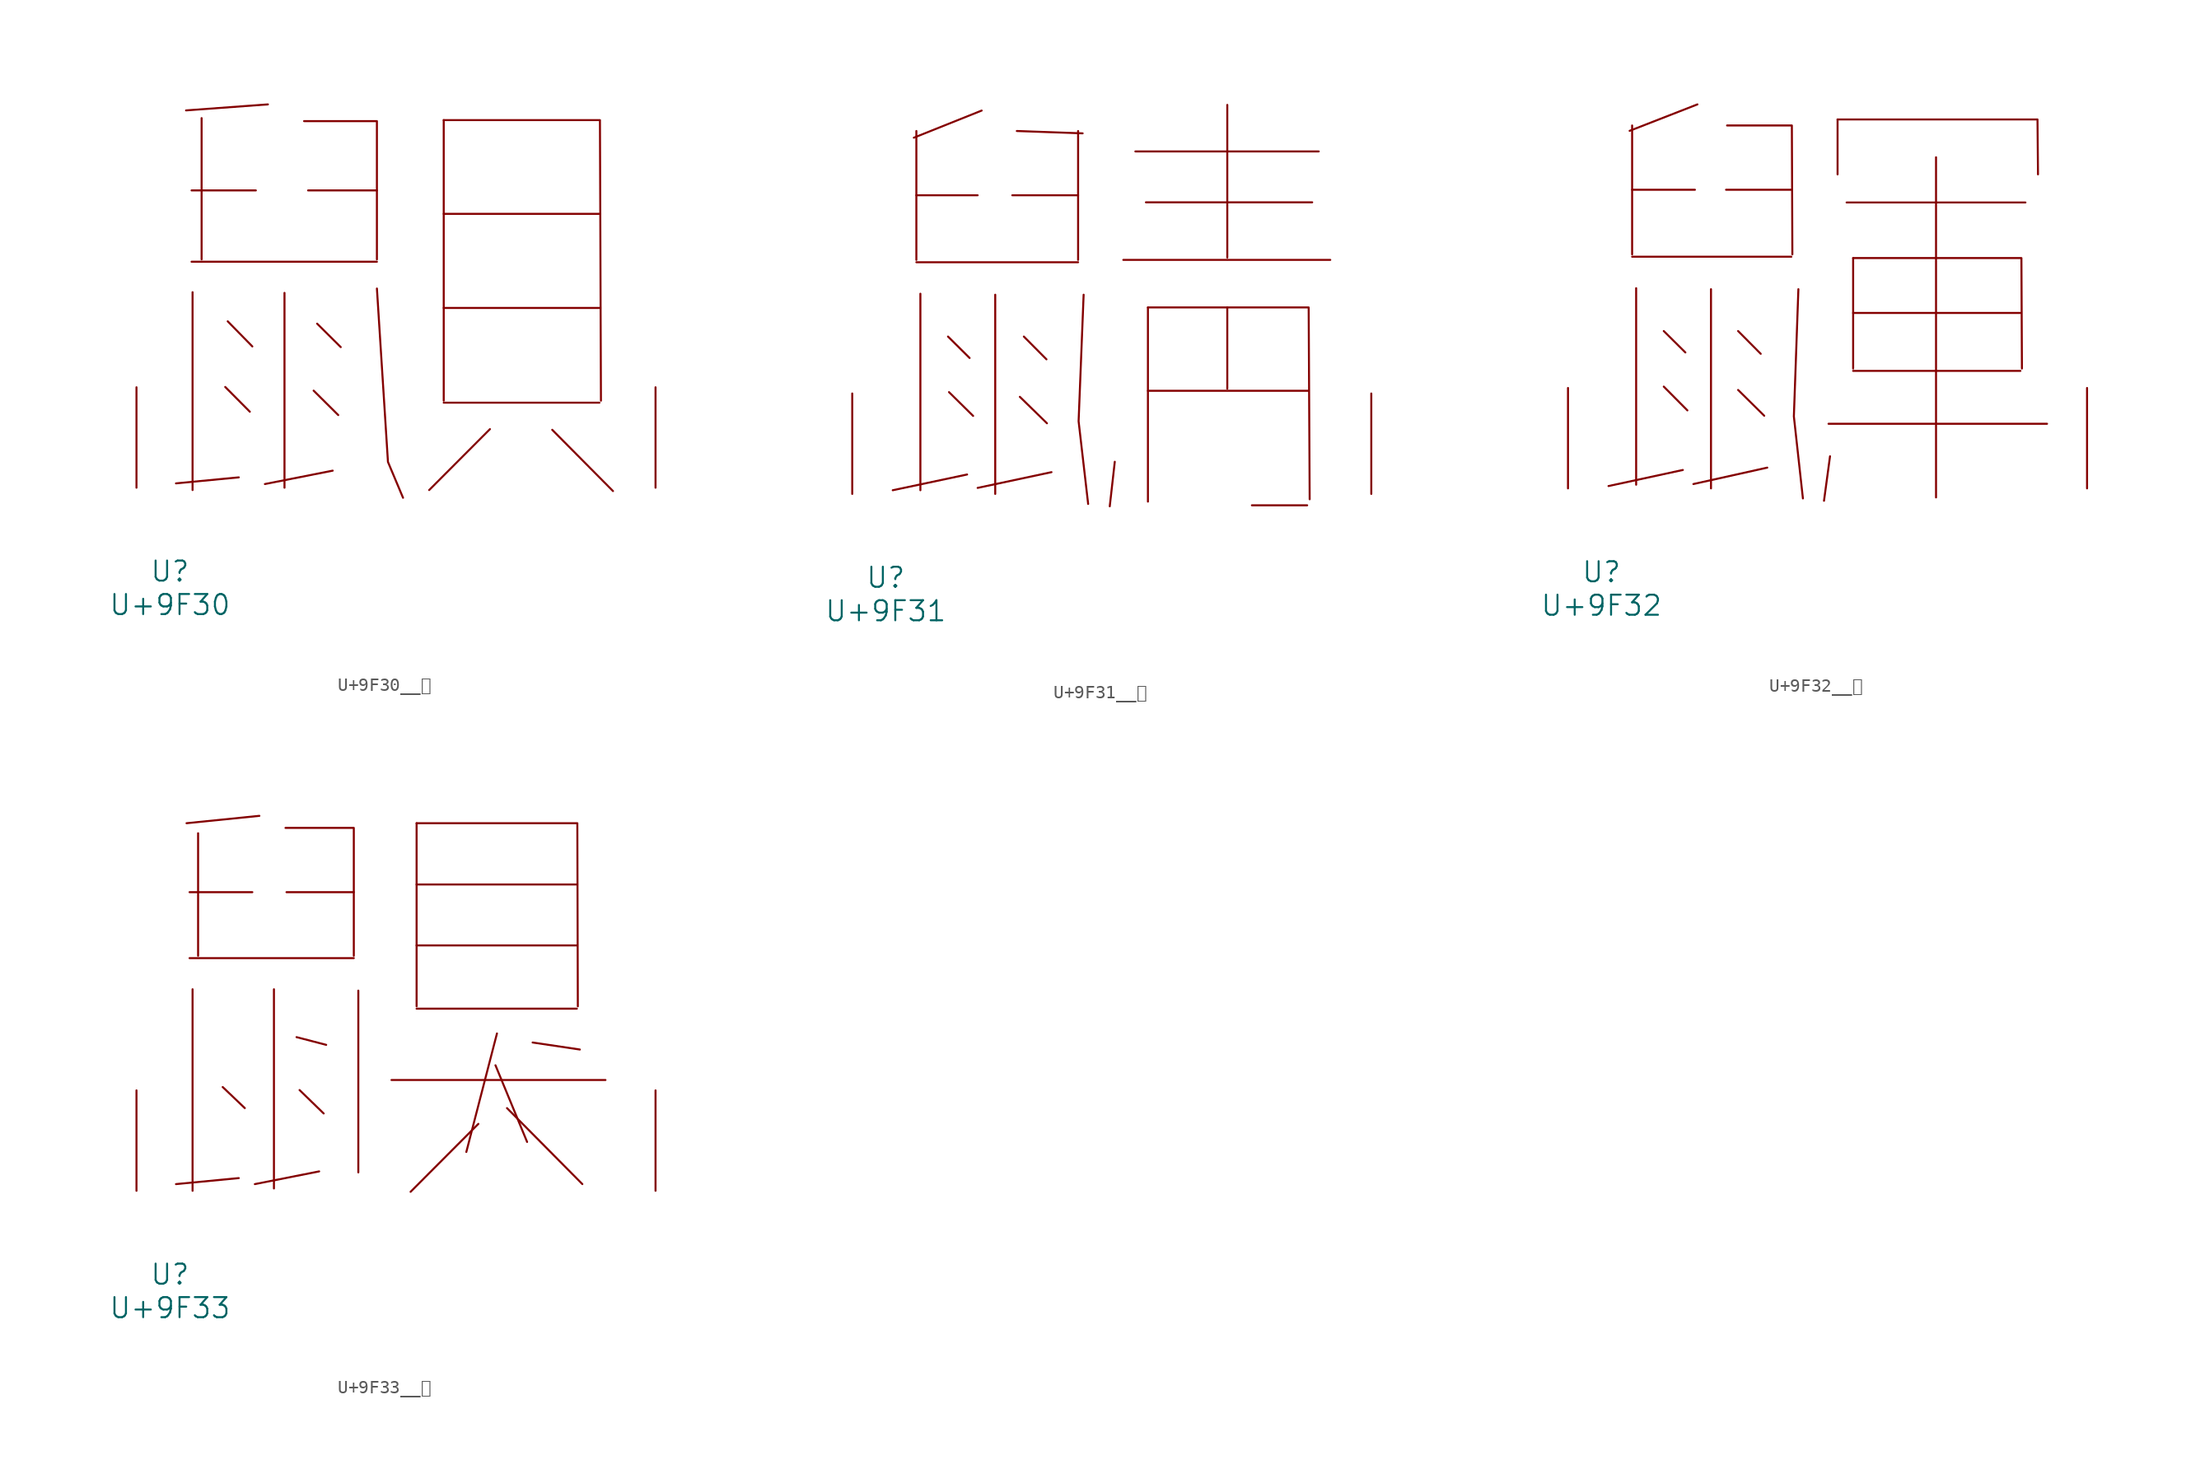
<source format=kicad_sym>
(kicad_symbol_lib
  (version 20231120)
  (generator "kicad_symbol_editor")
  (generator_version "8.0")
  (symbol "U+9F30__鼰"
    (pin_names
      (offset 1.016))
    (property "Reference" "U"
      (at 0 -6.35 0)
      (effects (font (size 1.524 1.524))))
    (property "Value" "U+9F30"
      (at 0 -8.89 0)
      (effects (font (size 1.524 1.524))))
    (symbol "U+9F30__鼰_0_1"
      (polyline (pts (xy 1.638 17.145) (xy 15.697 17.145)) (stroke (width 0) (type solid)) (fill (type none)))
      (polyline (pts (xy 1.638 22.555) (xy 6.515 22.555)) (stroke (width 0) (type solid)) (fill (type none)))
      (polyline (pts (xy 1.714 14.834) (xy 1.714 -0.178)) (stroke (width 0) (type solid)) (fill (type none)))
      (polyline (pts (xy 2.4 28.042) (xy 2.4 17.323)) (stroke (width 0) (type solid)) (fill (type none)))
      (polyline (pts (xy 4.191 7.645) (xy 6.058 5.766)) (stroke (width 0) (type solid)) (fill (type none)))
      (polyline (pts (xy 4.381 12.624) (xy 6.248 10.719)) (stroke (width 0) (type solid)) (fill (type none)))
      (polyline (pts (xy 5.22 0.787) (xy 0.457 0.33)) (stroke (width 0) (type solid)) (fill (type none)))
      (polyline (pts (xy 7.429 29.083) (xy 1.219 28.626)) (stroke (width 0) (type solid)) (fill (type none)))
      (polyline (pts (xy 8.687 14.783) (xy 8.687 0)) (stroke (width 0) (type solid)) (fill (type none)))
      (polyline (pts (xy 10.477 22.555) (xy 15.697 22.555)) (stroke (width 0) (type solid)) (fill (type none)))
      (polyline (pts (xy 10.897 7.366) (xy 12.764 5.512)) (stroke (width 0) (type solid)) (fill (type none)))
      (polyline (pts (xy 11.163 12.446) (xy 12.954 10.668)) (stroke (width 0) (type solid)) (fill (type none)))
      (polyline (pts (xy 12.344 1.295) (xy 7.201 0.279)) (stroke (width 0) (type solid)) (fill (type none)))
      (polyline (pts (xy 20.765 6.452) (xy 32.575 6.452)) (stroke (width 0) (type solid)) (fill (type none)))
      (polyline (pts (xy 20.765 13.64) (xy 32.575 13.64)) (stroke (width 0) (type solid)) (fill (type none)))
      (polyline (pts (xy 20.765 20.777) (xy 32.575 20.777)) (stroke (width 0) (type solid)) (fill (type none)))
      (polyline (pts (xy 20.765 27.889) (xy 20.765 6.604)) (stroke (width 0) (type solid)) (fill (type none)))
      (polyline (pts (xy 24.27 4.445) (xy 19.66 -0.178)) (stroke (width 0) (type solid)) (fill (type none)))
      (polyline (pts (xy 28.994 4.394) (xy 33.604 -0.254)) (stroke (width 0) (type solid)) (fill (type none)))
      (polyline (pts (xy 10.173 27.813) (xy 15.697 27.813) (xy 15.697 17.323)) (stroke (width 0) (type solid)) (fill (type none)))
      (polyline (pts (xy 15.697 15.113) (xy 16.535 1.956) (xy 17.678 -0.762)) (stroke (width 0) (type solid)) (fill (type none)))
      (polyline (pts (xy 20.765 27.889) (xy 32.614 27.889) (xy 32.69 6.604)) (stroke (width 0) (type solid)) (fill (type none)))
      (pin input line (at -2.54 0 90) (length 7.62) (name "~" (effects (font (size 1.27 1.27)))) (number "~" (effects (font (size 1.27 1.27)))))
      (pin input line (at 36.83 0 90) (length 7.62) (name "~" (effects (font (size 1.27 1.27)))) (number "~" (effects (font (size 1.27 1.27)))))))
  (symbol "U+9F31__鼱"
    (pin_names
      (offset 1.016))
    (property "Reference" "U"
      (at 0 -6.35 0)
      (effects (font (size 1.524 1.524))))
    (property "Value" "U+9F31"
      (at 0 -8.89 0)
      (effects (font (size 1.524 1.524))))
    (symbol "U+9F31__鼱_0_1"
      (polyline (pts (xy 2.324 17.577) (xy 14.592 17.577)) (stroke (width 0) (type solid)) (fill (type none)))
      (polyline (pts (xy 2.324 22.657) (xy 6.972 22.657)) (stroke (width 0) (type solid)) (fill (type none)))
      (polyline (pts (xy 2.324 27.534) (xy 2.324 17.755)) (stroke (width 0) (type solid)) (fill (type none)))
      (polyline (pts (xy 2.629 15.189) (xy 2.629 0.279)) (stroke (width 0) (type solid)) (fill (type none)))
      (polyline (pts (xy 4.724 11.938) (xy 6.363 10.312)) (stroke (width 0) (type solid)) (fill (type none)))
      (polyline (pts (xy 4.801 7.722) (xy 6.629 5.918)) (stroke (width 0) (type solid)) (fill (type none)))
      (polyline (pts (xy 6.172 1.473) (xy 0.533 0.279)) (stroke (width 0) (type solid)) (fill (type none)))
      (polyline (pts (xy 7.277 29.083) (xy 2.134 27.026)) (stroke (width 0) (type solid)) (fill (type none)))
      (polyline (pts (xy 8.306 15.113) (xy 8.306 0)) (stroke (width 0) (type solid)) (fill (type none)))
      (polyline (pts (xy 9.601 22.657) (xy 14.592 22.657)) (stroke (width 0) (type solid)) (fill (type none)))
      (polyline (pts (xy 9.944 27.534) (xy 14.935 27.356)) (stroke (width 0) (type solid)) (fill (type none)))
      (polyline (pts (xy 10.173 7.366) (xy 12.23 5.359)) (stroke (width 0) (type solid)) (fill (type none)))
      (polyline (pts (xy 10.477 11.938) (xy 12.192 10.211)) (stroke (width 0) (type solid)) (fill (type none)))
      (polyline (pts (xy 12.573 1.651) (xy 6.972 0.457)) (stroke (width 0) (type solid)) (fill (type none)))
      (polyline (pts (xy 14.592 27.534) (xy 14.592 17.755)) (stroke (width 0) (type solid)) (fill (type none)))
      (polyline (pts (xy 17.374 2.438) (xy 16.993 -0.94)) (stroke (width 0) (type solid)) (fill (type none)))
      (polyline (pts (xy 18.021 17.755) (xy 33.718 17.755)) (stroke (width 0) (type solid)) (fill (type none)))
      (polyline (pts (xy 18.936 25.984) (xy 32.842 25.984)) (stroke (width 0) (type solid)) (fill (type none)))
      (polyline (pts (xy 19.736 22.123) (xy 32.347 22.123)) (stroke (width 0) (type solid)) (fill (type none)))
      (polyline (pts (xy 19.888 7.823) (xy 32.08 7.823)) (stroke (width 0) (type solid)) (fill (type none)))
      (polyline (pts (xy 19.888 14.148) (xy 19.888 -0.584)) (stroke (width 0) (type solid)) (fill (type none)))
      (polyline (pts (xy 25.908 14.148) (xy 25.908 7.976)) (stroke (width 0) (type solid)) (fill (type none)))
      (polyline (pts (xy 25.908 29.515) (xy 25.908 17.932)) (stroke (width 0) (type solid)) (fill (type none)))
      (polyline (pts (xy 27.775 -0.864) (xy 31.966 -0.864)) (stroke (width 0) (type solid)) (fill (type none)))
      (polyline (pts (xy 15.011 15.113) (xy 14.63 5.512) (xy 15.354 -0.762)) (stroke (width 0) (type solid)) (fill (type none)))
      (polyline (pts (xy 19.888 14.148) (xy 32.08 14.148) (xy 32.156 -0.406)) (stroke (width 0) (type solid)) (fill (type none)))
      (pin input line (at -2.54 0 90) (length 7.62) (name "~" (effects (font (size 1.27 1.27)))) (number "~" (effects (font (size 1.27 1.27)))))
      (pin input line (at 36.83 0 90) (length 7.62) (name "~" (effects (font (size 1.27 1.27)))) (number "~" (effects (font (size 1.27 1.27)))))))
  (symbol "U+9F32__鼲"
    (pin_names
      (offset 1.016))
    (property "Reference" "U"
      (at 0 -6.35 0)
      (effects (font (size 1.524 1.524))))
    (property "Value" "U+9F32"
      (at 0 -8.89 0)
      (effects (font (size 1.524 1.524))))
    (symbol "U+9F32__鼲_0_1"
      (polyline (pts (xy 2.324 17.577) (xy 14.402 17.577)) (stroke (width 0) (type solid)) (fill (type none)))
      (polyline (pts (xy 2.324 22.657) (xy 7.087 22.657)) (stroke (width 0) (type solid)) (fill (type none)))
      (polyline (pts (xy 2.324 27.534) (xy 2.324 17.755)) (stroke (width 0) (type solid)) (fill (type none)))
      (polyline (pts (xy 2.629 15.189) (xy 2.629 0.279)) (stroke (width 0) (type solid)) (fill (type none)))
      (polyline (pts (xy 4.724 7.722) (xy 6.515 5.918)) (stroke (width 0) (type solid)) (fill (type none)))
      (polyline (pts (xy 4.724 11.938) (xy 6.363 10.312)) (stroke (width 0) (type solid)) (fill (type none)))
      (polyline (pts (xy 6.172 1.397) (xy 0.533 0.178)) (stroke (width 0) (type solid)) (fill (type none)))
      (polyline (pts (xy 7.277 29.134) (xy 2.134 27.127)) (stroke (width 0) (type solid)) (fill (type none)))
      (polyline (pts (xy 8.306 15.113) (xy 8.306 0)) (stroke (width 0) (type solid)) (fill (type none)))
      (polyline (pts (xy 9.449 22.657) (xy 14.402 22.657)) (stroke (width 0) (type solid)) (fill (type none)))
      (polyline (pts (xy 10.363 7.468) (xy 12.344 5.512)) (stroke (width 0) (type solid)) (fill (type none)))
      (polyline (pts (xy 10.363 11.938) (xy 12.078 10.211)) (stroke (width 0) (type solid)) (fill (type none)))
      (polyline (pts (xy 12.573 1.575) (xy 6.972 0.33)) (stroke (width 0) (type solid)) (fill (type none)))
      (polyline (pts (xy 17.221 4.902) (xy 33.795 4.902)) (stroke (width 0) (type solid)) (fill (type none)))
      (polyline (pts (xy 17.335 2.438) (xy 16.878 -0.94)) (stroke (width 0) (type solid)) (fill (type none)))
      (polyline (pts (xy 17.907 27.991) (xy 17.907 23.825)) (stroke (width 0) (type solid)) (fill (type none)))
      (polyline (pts (xy 18.593 21.692) (xy 32.156 21.692)) (stroke (width 0) (type solid)) (fill (type none)))
      (polyline (pts (xy 19.088 8.915) (xy 31.775 8.915)) (stroke (width 0) (type solid)) (fill (type none)))
      (polyline (pts (xy 19.088 13.31) (xy 31.775 13.31)) (stroke (width 0) (type solid)) (fill (type none)))
      (polyline (pts (xy 19.088 17.475) (xy 19.088 9.093)) (stroke (width 0) (type solid)) (fill (type none)))
      (polyline (pts (xy 25.375 25.121) (xy 25.375 -0.686)) (stroke (width 0) (type solid)) (fill (type none)))
      (polyline (pts (xy 9.525 27.534) (xy 14.44 27.534) (xy 14.478 17.755)) (stroke (width 0) (type solid)) (fill (type none)))
      (polyline (pts (xy 14.935 15.113) (xy 14.592 5.461) (xy 15.278 -0.762)) (stroke (width 0) (type solid)) (fill (type none)))
      (polyline (pts (xy 17.907 27.991) (xy 33.071 27.991) (xy 33.109 23.825)) (stroke (width 0) (type solid)) (fill (type none)))
      (polyline (pts (xy 19.088 17.475) (xy 31.852 17.475) (xy 31.89 9.093)) (stroke (width 0) (type solid)) (fill (type none)))
      (pin input line (at -2.54 0 90) (length 7.62) (name "~" (effects (font (size 1.27 1.27)))) (number "~" (effects (font (size 1.27 1.27)))))
      (pin input line (at 36.83 0 90) (length 7.62) (name "~" (effects (font (size 1.27 1.27)))) (number "~" (effects (font (size 1.27 1.27)))))))
  (symbol "U+9F33__鼳"
    (pin_names
      (offset 1.016))
    (property "Reference" "U"
      (at 0 -6.35 0)
      (effects (font (size 1.524 1.524))))
    (property "Value" "U+9F33"
      (at 0 -8.89 0)
      (effects (font (size 1.524 1.524))))
    (symbol "U+9F33__鼳_0_1"
      (polyline (pts (xy 1.486 17.653) (xy 13.945 17.653)) (stroke (width 0) (type solid)) (fill (type none)))
      (polyline (pts (xy 1.486 22.657) (xy 6.248 22.657)) (stroke (width 0) (type solid)) (fill (type none)))
      (polyline (pts (xy 1.714 15.291) (xy 1.714 0)) (stroke (width 0) (type solid)) (fill (type none)))
      (polyline (pts (xy 2.134 27.127) (xy 2.134 17.831)) (stroke (width 0) (type solid)) (fill (type none)))
      (polyline (pts (xy 4 7.874) (xy 5.677 6.274)) (stroke (width 0) (type solid)) (fill (type none)))
      (polyline (pts (xy 5.22 0.965) (xy 0.457 0.508)) (stroke (width 0) (type solid)) (fill (type none)))
      (polyline (pts (xy 6.782 28.448) (xy 1.257 27.889)) (stroke (width 0) (type solid)) (fill (type none)))
      (polyline (pts (xy 7.887 15.291) (xy 7.887 0.178)) (stroke (width 0) (type solid)) (fill (type none)))
      (polyline (pts (xy 8.839 22.657) (xy 13.945 22.657)) (stroke (width 0) (type solid)) (fill (type none)))
      (polyline (pts (xy 9.601 11.659) (xy 11.849 11.074)) (stroke (width 0) (type solid)) (fill (type none)))
      (polyline (pts (xy 9.83 7.645) (xy 11.659 5.867)) (stroke (width 0) (type solid)) (fill (type none)))
      (polyline (pts (xy 11.316 1.473) (xy 6.439 0.508)) (stroke (width 0) (type solid)) (fill (type none)))
      (polyline (pts (xy 14.287 15.189) (xy 14.287 1.397)) (stroke (width 0) (type solid)) (fill (type none)))
      (polyline (pts (xy 16.802 8.407) (xy 33.033 8.407)) (stroke (width 0) (type solid)) (fill (type none)))
      (polyline (pts (xy 18.707 13.818) (xy 30.861 13.818)) (stroke (width 0) (type solid)) (fill (type none)))
      (polyline (pts (xy 18.707 18.618) (xy 30.861 18.618)) (stroke (width 0) (type solid)) (fill (type none)))
      (polyline (pts (xy 18.707 23.241) (xy 30.861 23.241)) (stroke (width 0) (type solid)) (fill (type none)))
      (polyline (pts (xy 18.707 27.889) (xy 18.707 13.995)) (stroke (width 0) (type solid)) (fill (type none)))
      (polyline (pts (xy 23.393 5.08) (xy 18.25 -0.076)) (stroke (width 0) (type solid)) (fill (type none)))
      (polyline (pts (xy 24.689 9.525) (xy 27.089 3.708)) (stroke (width 0) (type solid)) (fill (type none)))
      (polyline (pts (xy 24.803 11.938) (xy 22.479 2.946)) (stroke (width 0) (type solid)) (fill (type none)))
      (polyline (pts (xy 25.565 6.274) (xy 31.28 0.508)) (stroke (width 0) (type solid)) (fill (type none)))
      (polyline (pts (xy 27.508 11.252) (xy 31.09 10.719)) (stroke (width 0) (type solid)) (fill (type none)))
      (polyline (pts (xy 8.763 27.534) (xy 13.945 27.534) (xy 13.945 17.831)) (stroke (width 0) (type solid)) (fill (type none)))
      (polyline (pts (xy 18.707 27.889) (xy 30.899 27.889) (xy 30.937 13.995)) (stroke (width 0) (type solid)) (fill (type none)))
      (pin input line (at -2.54 0 90) (length 7.62) (name "~" (effects (font (size 1.27 1.27)))) (number "~" (effects (font (size 1.27 1.27)))))
      (pin input line (at 36.83 0 90) (length 7.62) (name "~" (effects (font (size 1.27 1.27)))) (number "~" (effects (font (size 1.27 1.27))))))))
</source>
